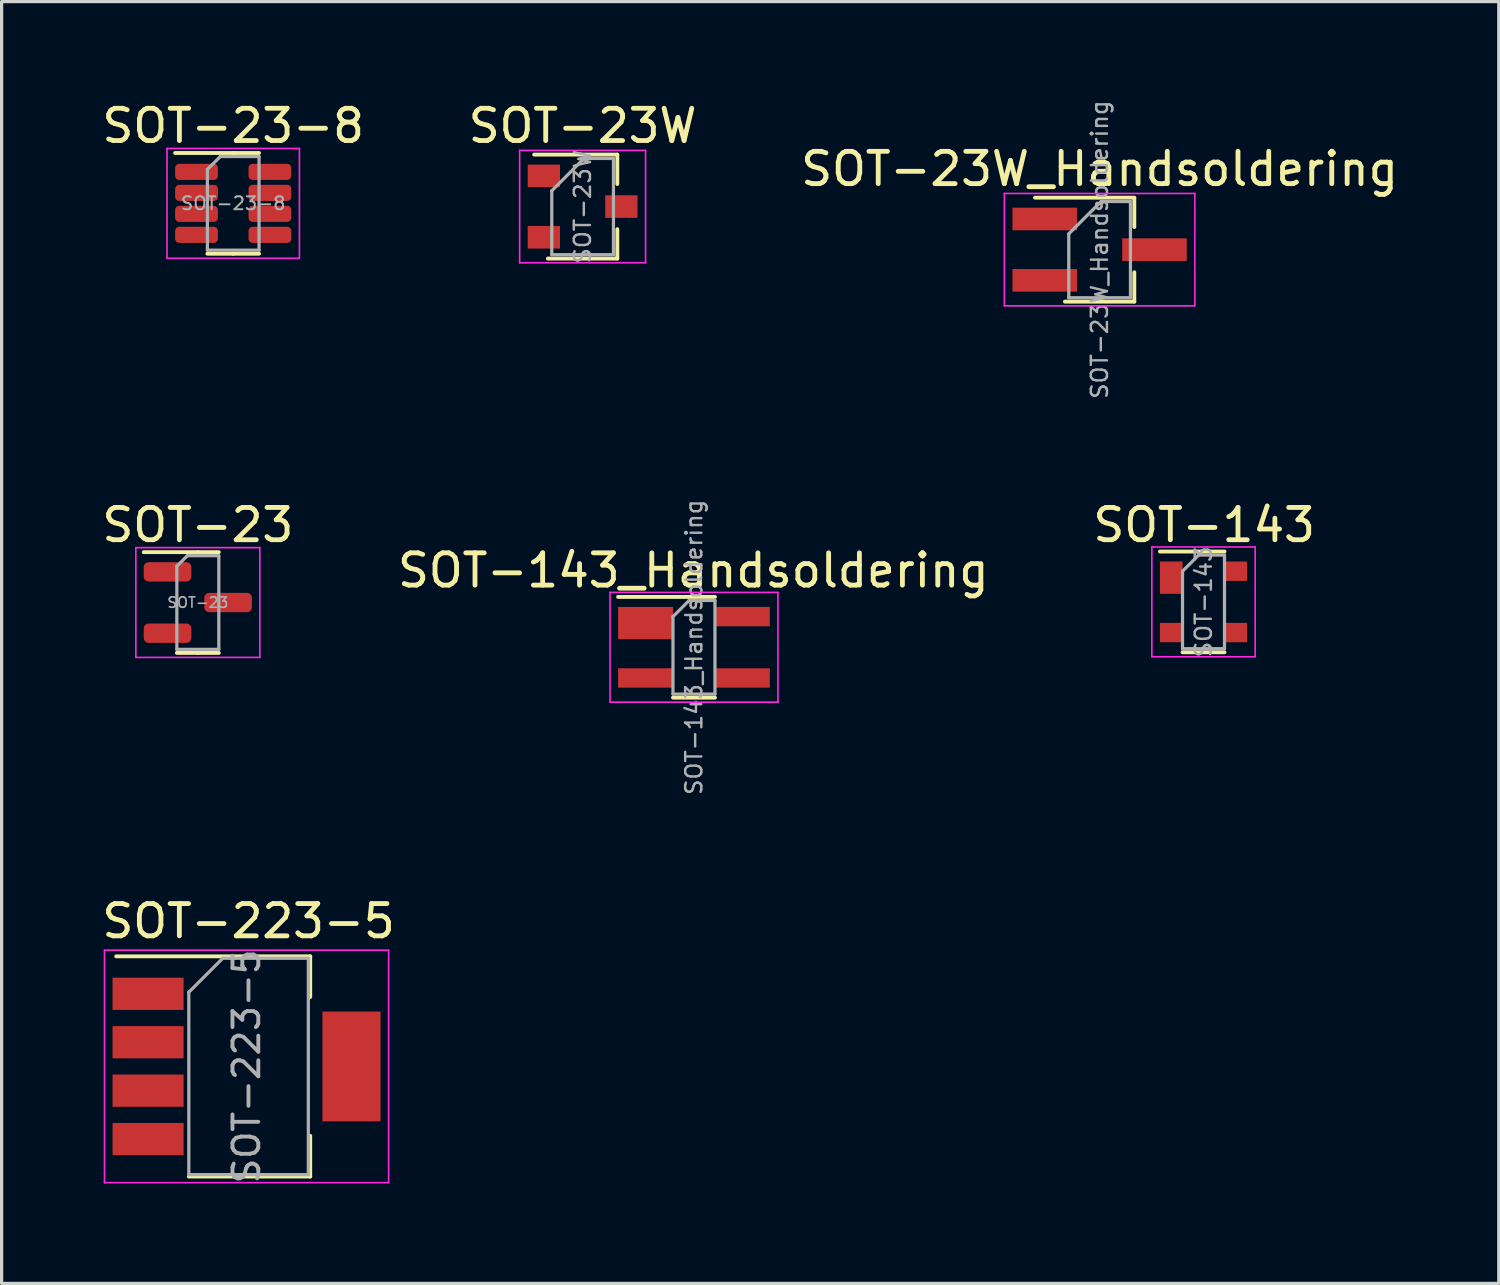
<source format=kicad_pcb>
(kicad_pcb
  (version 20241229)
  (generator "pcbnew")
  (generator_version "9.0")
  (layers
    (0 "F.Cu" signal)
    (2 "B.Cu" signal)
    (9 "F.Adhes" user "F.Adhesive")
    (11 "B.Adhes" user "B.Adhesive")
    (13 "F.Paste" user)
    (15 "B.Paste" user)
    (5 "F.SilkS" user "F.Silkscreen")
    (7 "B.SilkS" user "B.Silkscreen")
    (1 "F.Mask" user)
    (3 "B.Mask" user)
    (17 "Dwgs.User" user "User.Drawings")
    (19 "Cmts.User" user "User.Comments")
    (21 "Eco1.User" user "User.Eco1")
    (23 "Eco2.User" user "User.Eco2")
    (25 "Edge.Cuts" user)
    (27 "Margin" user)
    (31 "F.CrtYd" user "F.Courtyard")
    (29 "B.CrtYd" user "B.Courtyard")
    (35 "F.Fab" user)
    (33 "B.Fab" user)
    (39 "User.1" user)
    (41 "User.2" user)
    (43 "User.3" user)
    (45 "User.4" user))
  (footprint "SOT-23"
    (layer "F.Cu")
    (at 3.077 15.611)
    (property "Reference" "SOT-23" (at 0 -2.4 0) (layer "F.SilkS") (effects (font (size 1 1) (thickness 0.15))))
    (attr smd)
    (fp_line (start 0 -1.56) (end -1.675 -1.56) (stroke (width 0.12) (type solid)) (layer "F.SilkS"))
    (fp_line (start 0 -1.56) (end 0.65 -1.56) (stroke (width 0.12) (type solid)) (layer "F.SilkS"))
    (fp_line (start 0 1.56) (end -0.65 1.56) (stroke (width 0.12) (type solid)) (layer "F.SilkS"))
    (fp_line (start 0 1.56) (end 0.65 1.56) (stroke (width 0.12) (type solid)) (layer "F.SilkS"))
    (fp_line (start -1.92 -1.7) (end -1.92 1.7) (stroke (width 0.05) (type solid)) (layer "F.CrtYd"))
    (fp_line (start -1.92 1.7) (end 1.92 1.7) (stroke (width 0.05) (type solid)) (layer "F.CrtYd"))
    (fp_line (start 1.92 -1.7) (end -1.92 -1.7) (stroke (width 0.05) (type solid)) (layer "F.CrtYd"))
    (fp_line (start 1.92 1.7) (end 1.92 -1.7) (stroke (width 0.05) (type solid)) (layer "F.CrtYd"))
    (fp_line (start -0.65 -1.125) (end -0.325 -1.45) (stroke (width 0.1) (type solid)) (layer "F.Fab"))
    (fp_line (start -0.65 1.45) (end -0.65 -1.125) (stroke (width 0.1) (type solid)) (layer "F.Fab"))
    (fp_line (start -0.325 -1.45) (end 0.65 -1.45) (stroke (width 0.1) (type solid)) (layer "F.Fab"))
    (fp_line (start 0.65 -1.45) (end 0.65 1.45) (stroke (width 0.1) (type solid)) (layer "F.Fab"))
    (fp_line (start 0.65 1.45) (end -0.65 1.45) (stroke (width 0.1) (type solid)) (layer "F.Fab"))
    (fp_text user "${REFERENCE}" (at 0 0 0) (layer "F.Fab") (effects (font (size 0.32 0.32) (thickness 0.05))))
    (pad "1" smd roundrect (at -0.938 -0.95) (size 1.475 0.6) (layers "F.Cu" "F.Mask" "F.Paste") (roundrect_rratio 0.25))
    (pad "2" smd roundrect (at -0.938 0.95) (size 1.475 0.6) (layers "F.Cu" "F.Mask" "F.Paste") (roundrect_rratio 0.25))
    (pad "3" smd roundrect (at 0.938 0) (size 1.475 0.6) (layers "F.Cu" "F.Mask" "F.Paste") (roundrect_rratio 0.25)))
  (footprint "SOT-143_Handsoldering"
    (layer "F.Cu")
    (at 18.443 16.997)
    (property "Reference" "SOT-143_Handsoldering" (at -0.02 -2.38 0) (layer "F.SilkS") (effects (font (size 1 1) (thickness 0.15))))
    (attr smd)
    (fp_line (start -0.65 1.56) (end 0.65 1.56) (stroke (width 0.12) (type solid)) (layer "F.SilkS"))
    (fp_line (start 0.65 -1.56) (end -2.35 -1.56) (stroke (width 0.12) (type solid)) (layer "F.SilkS"))
    (fp_line (start -2.6 1.7) (end -2.6 -1.7) (stroke (width 0.05) (type solid)) (layer "F.CrtYd"))
    (fp_line (start -2.6 1.7) (end 2.6 1.7) (stroke (width 0.05) (type solid)) (layer "F.CrtYd"))
    (fp_line (start 2.6 -1.7) (end -2.6 -1.7) (stroke (width 0.05) (type solid)) (layer "F.CrtYd"))
    (fp_line (start 2.6 -1.7) (end 2.6 1.7) (stroke (width 0.05) (type solid)) (layer "F.CrtYd"))
    (fp_line (start -0.65 -0.95) (end -0.15 -1.45) (stroke (width 0.1) (type solid)) (layer "F.Fab"))
    (fp_line (start -0.65 1.45) (end -0.65 -0.95) (stroke (width 0.1) (type solid)) (layer "F.Fab"))
    (fp_line (start -0.15 -1.45) (end 0.65 -1.45) (stroke (width 0.1) (type solid)) (layer "F.Fab"))
    (fp_line (start 0.65 -1.45) (end 0.65 1.45) (stroke (width 0.1) (type solid)) (layer "F.Fab"))
    (fp_line (start 0.65 1.45) (end -0.65 1.45) (stroke (width 0.1) (type solid)) (layer "F.Fab"))
    (fp_text user "${REFERENCE}" (at 0 0 90) (layer "F.Fab") (effects (font (size 0.5 0.5) (thickness 0.075))))
    (pad "1" smd rect (at -1.5 -0.75) (size 1.7 1) (layers "F.Cu" "F.Mask" "F.Paste"))
    (pad "2" smd rect (at -1.5 0.95) (size 1.7 0.6) (layers "F.Cu" "F.Mask" "F.Paste"))
    (pad "3" smd rect (at 1.5 0.95) (size 1.7 0.6) (layers "F.Cu" "F.Mask" "F.Paste"))
    (pad "4" smd rect (at 1.5 -0.95) (size 1.7 0.6) (layers "F.Cu" "F.Mask" "F.Paste")))
  (footprint "SOT-23-8"
    (layer "F.Cu")
    (at 4.173 3.248)
    (property "Reference" "SOT-23-8" (at 0 -2.4 0) (layer "F.SilkS") (effects (font (size 1 1) (thickness 0.15))))
    (attr smd)
    (fp_line (start 0 -1.56) (end -1.8 -1.56) (stroke (width 0.12) (type solid)) (layer "F.SilkS"))
    (fp_line (start 0 -1.56) (end 0.8 -1.56) (stroke (width 0.12) (type solid)) (layer "F.SilkS"))
    (fp_line (start 0 1.56) (end -0.8 1.56) (stroke (width 0.12) (type solid)) (layer "F.SilkS"))
    (fp_line (start 0 1.56) (end 0.8 1.56) (stroke (width 0.12) (type solid)) (layer "F.SilkS"))
    (fp_line (start -2.05 -1.7) (end -2.05 1.7) (stroke (width 0.05) (type solid)) (layer "F.CrtYd"))
    (fp_line (start -2.05 1.7) (end 2.05 1.7) (stroke (width 0.05) (type solid)) (layer "F.CrtYd"))
    (fp_line (start 2.05 -1.7) (end -2.05 -1.7) (stroke (width 0.05) (type solid)) (layer "F.CrtYd"))
    (fp_line (start 2.05 1.7) (end 2.05 -1.7) (stroke (width 0.05) (type solid)) (layer "F.CrtYd"))
    (fp_line (start -0.8 -1.05) (end -0.4 -1.45) (stroke (width 0.1) (type solid)) (layer "F.Fab"))
    (fp_line (start -0.8 1.45) (end -0.8 -1.05) (stroke (width 0.1) (type solid)) (layer "F.Fab"))
    (fp_line (start -0.4 -1.45) (end 0.8 -1.45) (stroke (width 0.1) (type solid)) (layer "F.Fab"))
    (fp_line (start 0.8 -1.45) (end 0.8 1.45) (stroke (width 0.1) (type solid)) (layer "F.Fab"))
    (fp_line (start 0.8 1.45) (end -0.8 1.45) (stroke (width 0.1) (type solid)) (layer "F.Fab"))
    (fp_text user "${REFERENCE}" (at 0 0 0) (layer "F.Fab") (effects (font (size 0.4 0.4) (thickness 0.06))))
    (pad "1" smd roundrect (at -1.137 -0.975) (size 1.325 0.5) (layers "F.Cu" "F.Mask" "F.Paste") (roundrect_rratio 0.25))
    (pad "2" smd roundrect (at -1.137 -0.325) (size 1.325 0.5) (layers "F.Cu" "F.Mask" "F.Paste") (roundrect_rratio 0.25))
    (pad "3" smd roundrect (at -1.137 0.325) (size 1.325 0.5) (layers "F.Cu" "F.Mask" "F.Paste") (roundrect_rratio 0.25))
    (pad "4" smd roundrect (at -1.137 0.975) (size 1.325 0.5) (layers "F.Cu" "F.Mask" "F.Paste") (roundrect_rratio 0.25))
    (pad "5" smd roundrect (at 1.137 0.975) (size 1.325 0.5) (layers "F.Cu" "F.Mask" "F.Paste") (roundrect_rratio 0.25))
    (pad "6" smd roundrect (at 1.137 0.325) (size 1.325 0.5) (layers "F.Cu" "F.Mask" "F.Paste") (roundrect_rratio 0.25))
    (pad "7" smd roundrect (at 1.137 -0.325) (size 1.325 0.5) (layers "F.Cu" "F.Mask" "F.Paste") (roundrect_rratio 0.25))
    (pad "8" smd roundrect (at 1.137 -0.975) (size 1.325 0.5) (layers "F.Cu" "F.Mask" "F.Paste") (roundrect_rratio 0.25)))
  (footprint "SOT-223-5"
    (layer "F.Cu")
    (at 4.586 29.979)
    (property "Reference" "SOT-223-5" (at 0.062 -4.5 0) (layer "F.SilkS") (effects (font (size 1 1) (thickness 0.15))))
    (attr smd)
    (fp_line (start -4.037 -3.41) (end 1.972 -3.41) (stroke (width 0.12) (type solid)) (layer "F.SilkS"))
    (fp_line (start -1.788 3.41) (end 1.972 3.41) (stroke (width 0.12) (type solid)) (layer "F.SilkS"))
    (fp_line (start 1.972 -3.41) (end 1.972 -2.15) (stroke (width 0.12) (type solid)) (layer "F.SilkS"))
    (fp_line (start 1.972 3.41) (end 1.972 2.15) (stroke (width 0.12) (type solid)) (layer "F.SilkS"))
    (fp_line (start -4.4 -3.6) (end -4.4 3.6) (stroke (width 0.05) (type solid)) (layer "F.CrtYd"))
    (fp_line (start -4.4 -3.6) (end 4.4 -3.6) (stroke (width 0.05) (type solid)) (layer "F.CrtYd"))
    (fp_line (start 4.4 3.6) (end -4.4 3.6) (stroke (width 0.05) (type solid)) (layer "F.CrtYd"))
    (fp_line (start 4.4 3.6) (end 4.4 -3.6) (stroke (width 0.05) (type solid)) (layer "F.CrtYd"))
    (fp_line (start -1.788 -2.3) (end -1.788 3.35) (stroke (width 0.1) (type solid)) (layer "F.Fab"))
    (fp_line (start -1.788 -2.3) (end -0.738 -3.35) (stroke (width 0.1) (type solid)) (layer "F.Fab"))
    (fp_line (start -1.788 3.35) (end 1.913 3.35) (stroke (width 0.1) (type solid)) (layer "F.Fab"))
    (fp_line (start -0.738 -3.35) (end 1.913 -3.35) (stroke (width 0.1) (type solid)) (layer "F.Fab"))
    (fp_line (start 1.913 -3.35) (end 1.913 3.35) (stroke (width 0.1) (type solid)) (layer "F.Fab"))
    (fp_text user "${REFERENCE}" (at 0 0 90) (layer "F.Fab") (effects (font (size 0.8 0.8) (thickness 0.12))))
    (pad "1" smd rect (at -3.05 -2.25) (size 2.2 1) (layers "F.Cu" "F.Mask" "F.Paste"))
    (pad "2" smd rect (at -3.05 -0.75) (size 2.2 1) (layers "F.Cu" "F.Mask" "F.Paste"))
    (pad "3" smd rect (at -3.05 0.75) (size 2.2 1) (layers "F.Cu" "F.Mask" "F.Paste"))
    (pad "4" smd rect (at -3.05 2.25) (size 2.2 1) (layers "F.Cu" "F.Mask" "F.Paste"))
    (pad "5" smd rect (at 3.25 0) (size 1.8 3.4) (layers "F.Cu" "F.Mask" "F.Paste")))
  (footprint "SOT-23W"
    (layer "F.Cu")
    (at 14.994 3.348)
    (property "Reference" "SOT-23W" (at 0 -2.5 0) (layer "F.SilkS") (effects (font (size 1 1) (thickness 0.15))))
    (attr smd)
    (fp_line (start -1.5 -1.61) (end 1.075 -1.61) (stroke (width 0.12) (type solid)) (layer "F.SilkS"))
    (fp_line (start -1.075 1.61) (end 1.075 1.61) (stroke (width 0.12) (type solid)) (layer "F.SilkS"))
    (fp_line (start 1.075 -1.61) (end 1.075 -0.7) (stroke (width 0.12) (type solid)) (layer "F.SilkS"))
    (fp_line (start 1.075 0.7) (end 1.075 1.61) (stroke (width 0.12) (type solid)) (layer "F.SilkS"))
    (fp_line (start -1.95 -1.74) (end 1.95 -1.74) (stroke (width 0.05) (type solid)) (layer "F.CrtYd"))
    (fp_line (start -1.95 1.74) (end -1.95 -1.74) (stroke (width 0.05) (type solid)) (layer "F.CrtYd"))
    (fp_line (start 1.95 -1.74) (end 1.95 1.74) (stroke (width 0.05) (type solid)) (layer "F.CrtYd"))
    (fp_line (start 1.95 1.74) (end -1.95 1.74) (stroke (width 0.05) (type solid)) (layer "F.CrtYd"))
    (fp_line (start -0.955 -0.49) (end -0.955 1.49) (stroke (width 0.1) (type solid)) (layer "F.Fab"))
    (fp_line (start -0.955 -0.49) (end 0.045 -1.49) (stroke (width 0.1) (type solid)) (layer "F.Fab"))
    (fp_line (start -0.955 1.49) (end 0.955 1.49) (stroke (width 0.1) (type solid)) (layer "F.Fab"))
    (fp_line (start 0.045 -1.49) (end 0.955 -1.49) (stroke (width 0.1) (type solid)) (layer "F.Fab"))
    (fp_line (start 0.955 -1.49) (end 0.955 1.49) (stroke (width 0.1) (type solid)) (layer "F.Fab"))
    (fp_text user "${REFERENCE}" (at 0 0 90) (layer "F.Fab") (effects (font (size 0.5 0.5) (thickness 0.075))))
    (pad "1" smd rect (at -1.2 -0.95) (size 1 0.7) (layers "F.Cu" "F.Mask" "F.Paste"))
    (pad "2" smd rect (at -1.2 0.95) (size 1 0.7) (layers "F.Cu" "F.Mask" "F.Paste"))
    (pad "3" smd rect (at 1.2 0) (size 1 0.7) (layers "F.Cu" "F.Mask" "F.Paste")))
  (footprint "SOT-143"
    (layer "F.Cu")
    (at 34.224 15.591)
    (property "Reference" "SOT-143" (at 0.02 -2.38 0) (layer "F.SilkS") (effects (font (size 1 1) (thickness 0.15))))
    (attr smd)
    (fp_line (start -0.65 1.56) (end 0.65 1.56) (stroke (width 0.12) (type solid)) (layer "F.SilkS"))
    (fp_line (start 0.65 -1.56) (end -1.35 -1.56) (stroke (width 0.12) (type solid)) (layer "F.SilkS"))
    (fp_line (start -1.6 1.7) (end -1.6 -1.7) (stroke (width 0.05) (type solid)) (layer "F.CrtYd"))
    (fp_line (start -1.6 1.7) (end 1.6 1.7) (stroke (width 0.05) (type solid)) (layer "F.CrtYd"))
    (fp_line (start 1.6 -1.7) (end -1.6 -1.7) (stroke (width 0.05) (type solid)) (layer "F.CrtYd"))
    (fp_line (start 1.6 -1.7) (end 1.6 1.7) (stroke (width 0.05) (type solid)) (layer "F.CrtYd"))
    (fp_line (start -0.65 -0.95) (end -0.15 -1.45) (stroke (width 0.1) (type solid)) (layer "F.Fab"))
    (fp_line (start -0.65 1.45) (end -0.65 -0.95) (stroke (width 0.1) (type solid)) (layer "F.Fab"))
    (fp_line (start -0.15 -1.45) (end 0.65 -1.45) (stroke (width 0.1) (type solid)) (layer "F.Fab"))
    (fp_line (start 0.65 -1.45) (end 0.65 1.45) (stroke (width 0.1) (type solid)) (layer "F.Fab"))
    (fp_line (start 0.65 1.45) (end -0.65 1.45) (stroke (width 0.1) (type solid)) (layer "F.Fab"))
    (fp_text user "${REFERENCE}" (at 0 0 90) (layer "F.Fab") (effects (font (size 0.5 0.5) (thickness 0.075))))
    (pad "1" smd rect (at -1 -0.75) (size 0.7 1) (layers "F.Cu" "F.Mask" "F.Paste"))
    (pad "2" smd rect (at -1 0.95) (size 0.7 0.6) (layers "F.Cu" "F.Mask" "F.Paste"))
    (pad "3" smd rect (at 1 0.95) (size 0.7 0.6) (layers "F.Cu" "F.Mask" "F.Paste"))
    (pad "4" smd rect (at 1 -0.95) (size 0.7 0.6) (layers "F.Cu" "F.Mask" "F.Paste")))
  (footprint "SOT-23W_Handsoldering"
    (layer "F.Cu")
    (at 31.006 4.682)
    (property "Reference" "SOT-23W_Handsoldering" (at 0 -2.5 0) (layer "F.SilkS") (effects (font (size 1 1) (thickness 0.15))))
    (attr smd)
    (fp_line (start -2 -1.61) (end 1.075 -1.61) (stroke (width 0.12) (type solid)) (layer "F.SilkS"))
    (fp_line (start -1.075 1.61) (end 1.075 1.61) (stroke (width 0.12) (type solid)) (layer "F.SilkS"))
    (fp_line (start 1.075 -1.6) (end 1.075 -0.7) (stroke (width 0.12) (type solid)) (layer "F.SilkS"))
    (fp_line (start 1.075 0.7) (end 1.075 1.61) (stroke (width 0.12) (type solid)) (layer "F.SilkS"))
    (fp_line (start -2.95 -1.74) (end 2.95 -1.74) (stroke (width 0.05) (type solid)) (layer "F.CrtYd"))
    (fp_line (start -2.95 1.74) (end -2.95 -1.74) (stroke (width 0.05) (type solid)) (layer "F.CrtYd"))
    (fp_line (start 2.95 -1.74) (end 2.95 1.74) (stroke (width 0.05) (type solid)) (layer "F.CrtYd"))
    (fp_line (start 2.95 1.74) (end -2.95 1.74) (stroke (width 0.05) (type solid)) (layer "F.CrtYd"))
    (fp_line (start -0.955 -0.49) (end -0.955 1.49) (stroke (width 0.1) (type solid)) (layer "F.Fab"))
    (fp_line (start -0.955 -0.49) (end 0.045 -1.49) (stroke (width 0.1) (type solid)) (layer "F.Fab"))
    (fp_line (start -0.955 1.49) (end 0.955 1.49) (stroke (width 0.1) (type solid)) (layer "F.Fab"))
    (fp_line (start 0.045 -1.49) (end 0.955 -1.49) (stroke (width 0.1) (type solid)) (layer "F.Fab"))
    (fp_line (start 0.955 -1.49) (end 0.955 1.49) (stroke (width 0.1) (type solid)) (layer "F.Fab"))
    (fp_text user "${REFERENCE}" (at 0 0 90) (layer "F.Fab") (effects (font (size 0.5 0.5) (thickness 0.075))))
    (pad "1" smd rect (at -1.7 -0.95) (size 2 0.7) (layers "F.Cu" "F.Mask" "F.Paste"))
    (pad "2" smd rect (at -1.7 0.95) (size 2 0.7) (layers "F.Cu" "F.Mask" "F.Paste"))
    (pad "3" smd rect (at 1.7 0) (size 2 0.7) (layers "F.Cu" "F.Mask" "F.Paste")))
  (gr_rect
    (start -3 -3)
    (end 43.369 36.698)
    (stroke (width 0.1) (type default))
    (fill no)
    (layer "Edge.Cuts")))
</source>
